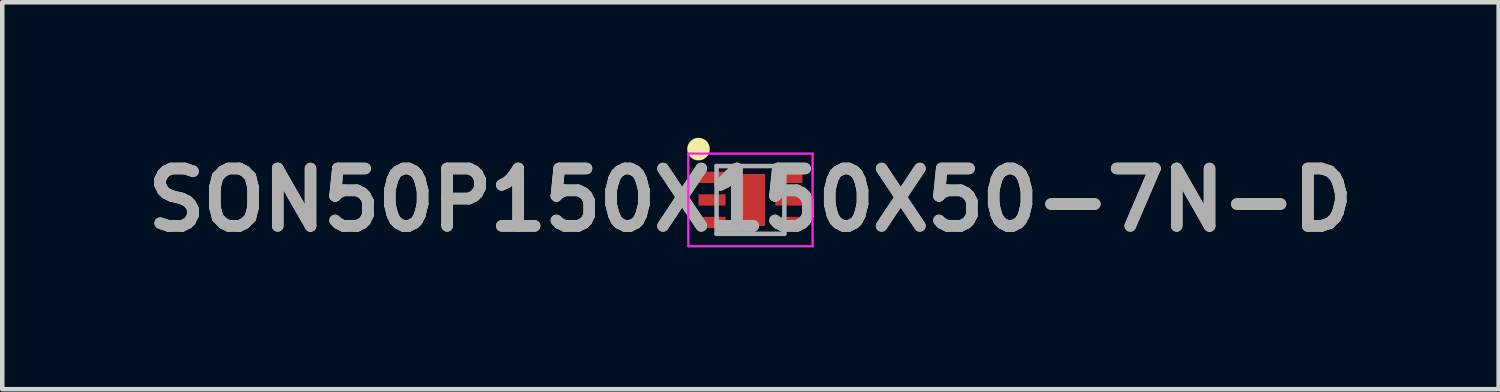
<source format=kicad_pcb>
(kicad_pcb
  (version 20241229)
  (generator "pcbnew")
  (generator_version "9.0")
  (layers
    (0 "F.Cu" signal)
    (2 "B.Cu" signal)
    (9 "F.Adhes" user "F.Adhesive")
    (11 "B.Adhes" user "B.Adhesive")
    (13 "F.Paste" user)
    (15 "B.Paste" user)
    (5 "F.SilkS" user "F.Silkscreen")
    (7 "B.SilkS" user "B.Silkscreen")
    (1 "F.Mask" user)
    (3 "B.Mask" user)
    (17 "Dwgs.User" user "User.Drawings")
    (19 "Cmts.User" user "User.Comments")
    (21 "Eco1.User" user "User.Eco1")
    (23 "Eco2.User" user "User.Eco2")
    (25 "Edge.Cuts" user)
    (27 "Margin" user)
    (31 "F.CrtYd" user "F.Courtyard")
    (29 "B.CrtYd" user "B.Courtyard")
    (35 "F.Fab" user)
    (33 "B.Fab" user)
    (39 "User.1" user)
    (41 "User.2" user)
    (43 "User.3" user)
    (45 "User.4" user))
  (footprint "SON50P150X150X50-7N-D"
    (layer "F.Cu")
    (at 13.559 1.375)
    (property "Reference" "SON50P150X150X50-7N-D" (at 0 0 0) (layer "F.SilkS") (effects (font (size 1.27 1.27) (thickness 0.254))))
    (attr smd)
    (fp_circle (center -1.15 -1.125) (end -1.15 -1) (stroke (width 0.25) (type solid)) (fill no) (layer "F.SilkS"))
    (fp_line (start -1.375 -1.025) (end 1.375 -1.025) (stroke (width 0.05) (type solid)) (layer "F.CrtYd"))
    (fp_line (start -1.375 1.025) (end -1.375 -1.025) (stroke (width 0.05) (type solid)) (layer "F.CrtYd"))
    (fp_line (start 1.375 -1.025) (end 1.375 1.025) (stroke (width 0.05) (type solid)) (layer "F.CrtYd"))
    (fp_line (start 1.375 1.025) (end -1.375 1.025) (stroke (width 0.05) (type solid)) (layer "F.CrtYd"))
    (fp_line (start -0.75 -0.75) (end 0.75 -0.75) (stroke (width 0.1) (type solid)) (layer "F.Fab"))
    (fp_line (start -0.75 -0.375) (end -0.375 -0.75) (stroke (width 0.1) (type solid)) (layer "F.Fab"))
    (fp_line (start -0.75 0.75) (end -0.75 -0.75) (stroke (width 0.1) (type solid)) (layer "F.Fab"))
    (fp_line (start 0.75 -0.75) (end 0.75 0.75) (stroke (width 0.1) (type solid)) (layer "F.Fab"))
    (fp_line (start 0.75 0.75) (end -0.75 0.75) (stroke (width 0.1) (type solid)) (layer "F.Fab"))
    (fp_text user "${REFERENCE}" (at 0 0 0) (layer "F.Fab") (effects (font (size 1.27 1.27) (thickness 0.254))))
    (pad "1" smd rect (at -0.85 -0.5 90) (size 0.25 0.6) (layers "F.Cu" "F.Mask" "F.Paste"))
    (pad "2" smd rect (at -0.85 0 90) (size 0.25 0.6) (layers "F.Cu" "F.Mask" "F.Paste"))
    (pad "3" smd rect (at -0.85 0.5 90) (size 0.25 0.6) (layers "F.Cu" "F.Mask" "F.Paste"))
    (pad "4" smd rect (at 0.85 0.5 90) (size 0.25 0.6) (layers "F.Cu" "F.Mask" "F.Paste"))
    (pad "5" smd rect (at 0.85 0 90) (size 0.25 0.6) (layers "F.Cu" "F.Mask" "F.Paste"))
    (pad "6" smd rect (at 0.85 -0.5 90) (size 0.25 0.6) (layers "F.Cu" "F.Mask" "F.Paste"))
    (pad "7" smd rect (at 0 0) (size 0.65 1.15) (layers "F.Cu" "F.Mask" "F.Paste")))
  (gr_rect
    (start -3 -3)
    (end 30.118 5.564)
    (stroke (width 0.1) (type default))
    (fill no)
    (layer "Edge.Cuts")))
</source>
